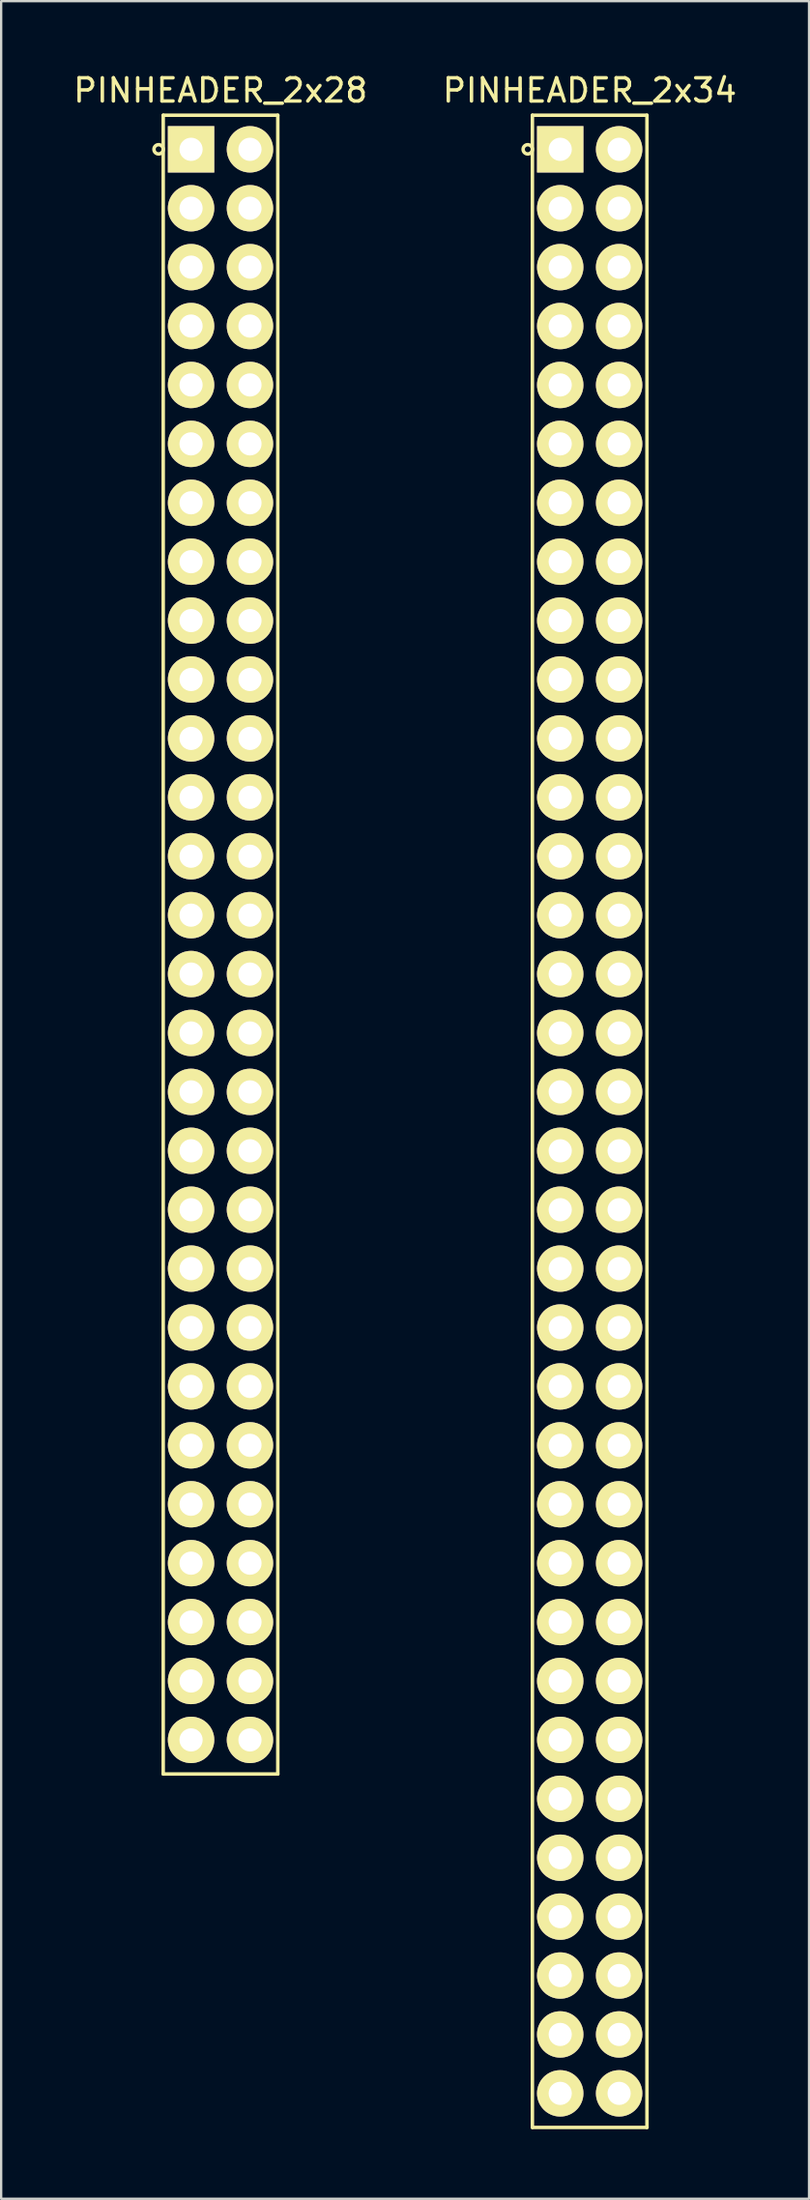
<source format=kicad_pcb>
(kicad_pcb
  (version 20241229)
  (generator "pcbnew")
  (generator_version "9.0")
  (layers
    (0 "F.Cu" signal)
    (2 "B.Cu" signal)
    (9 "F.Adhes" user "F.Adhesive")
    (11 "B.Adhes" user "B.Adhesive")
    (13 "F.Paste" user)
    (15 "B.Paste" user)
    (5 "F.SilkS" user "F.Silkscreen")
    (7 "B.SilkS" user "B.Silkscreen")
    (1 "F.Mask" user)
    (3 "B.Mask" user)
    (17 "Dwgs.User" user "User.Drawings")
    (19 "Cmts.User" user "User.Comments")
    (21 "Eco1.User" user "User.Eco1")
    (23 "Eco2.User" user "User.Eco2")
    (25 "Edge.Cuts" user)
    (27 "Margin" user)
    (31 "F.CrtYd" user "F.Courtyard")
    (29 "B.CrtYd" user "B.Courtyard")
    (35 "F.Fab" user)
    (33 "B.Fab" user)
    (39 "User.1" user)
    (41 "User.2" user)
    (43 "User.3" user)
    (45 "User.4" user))
  (footprint "PINHEADER_2x28"
    (layer "F.Cu")
    (at 5.188 3.388)
    (property "Reference" "PINHEADER_2x28" (at 1.27 -2.54 0) (layer "F.SilkS") (effects (font (size 1 1) (thickness 0.15))))
    (attr through_hole)
    (fp_line (start -1.2 -1.47) (end 3.74 -1.47) (stroke (width 0.15) (type solid)) (layer "F.SilkS"))
    (fp_line (start -1.2 70.05) (end -1.2 -1.47) (stroke (width 0.15) (type solid)) (layer "F.SilkS"))
    (fp_line (start 3.74 -1.47) (end 3.74 70.05) (stroke (width 0.15) (type solid)) (layer "F.SilkS"))
    (fp_line (start 3.74 70.05) (end -1.2 70.05) (stroke (width 0.15) (type solid)) (layer "F.SilkS"))
    (fp_circle (center -1.4 0) (end -1.4 0.2) (stroke (width 0.15) (type solid)) (fill no) (layer "F.SilkS"))
    (pad "1" thru_hole rect (at 0 0) (size 2 2) (drill 1) (layers "*.Cu" "*.Mask" "F.SilkS"))
    (pad "2" thru_hole circle (at 0 2.54) (size 2 2) (drill 1) (layers "*.Cu" "*.Mask" "F.SilkS"))
    (pad "3" thru_hole circle (at 0 5.08) (size 2 2) (drill 1) (layers "*.Cu" "*.Mask" "F.SilkS"))
    (pad "4" thru_hole circle (at 0 7.62) (size 2 2) (drill 1) (layers "*.Cu" "*.Mask" "F.SilkS"))
    (pad "5" thru_hole circle (at 0 10.16) (size 2 2) (drill 1) (layers "*.Cu" "*.Mask" "F.SilkS"))
    (pad "6" thru_hole circle (at 0 12.7) (size 2 2) (drill 1) (layers "*.Cu" "*.Mask" "F.SilkS"))
    (pad "7" thru_hole circle (at 0 15.24) (size 2 2) (drill 1) (layers "*.Cu" "*.Mask" "F.SilkS"))
    (pad "8" thru_hole circle (at 0 17.78) (size 2 2) (drill 1) (layers "*.Cu" "*.Mask" "F.SilkS"))
    (pad "9" thru_hole circle (at 0 20.32) (size 2 2) (drill 1) (layers "*.Cu" "*.Mask" "F.SilkS"))
    (pad "10" thru_hole circle (at 0 22.86) (size 2 2) (drill 1) (layers "*.Cu" "*.Mask" "F.SilkS"))
    (pad "11" thru_hole circle (at 0 25.4) (size 2 2) (drill 1) (layers "*.Cu" "*.Mask" "F.SilkS"))
    (pad "12" thru_hole circle (at 0 27.94) (size 2 2) (drill 1) (layers "*.Cu" "*.Mask" "F.SilkS"))
    (pad "13" thru_hole circle (at 0 30.48) (size 2 2) (drill 1) (layers "*.Cu" "*.Mask" "F.SilkS"))
    (pad "14" thru_hole circle (at 0 33.02) (size 2 2) (drill 1) (layers "*.Cu" "*.Mask" "F.SilkS"))
    (pad "15" thru_hole circle (at 0 35.56) (size 2 2) (drill 1) (layers "*.Cu" "*.Mask" "F.SilkS"))
    (pad "16" thru_hole circle (at 0 38.1) (size 2 2) (drill 1) (layers "*.Cu" "*.Mask" "F.SilkS"))
    (pad "17" thru_hole circle (at 0 40.64) (size 2 2) (drill 1) (layers "*.Cu" "*.Mask" "F.SilkS"))
    (pad "18" thru_hole circle (at 0 43.18) (size 2 2) (drill 1) (layers "*.Cu" "*.Mask" "F.SilkS"))
    (pad "19" thru_hole circle (at 0 45.72) (size 2 2) (drill 1) (layers "*.Cu" "*.Mask" "F.SilkS"))
    (pad "20" thru_hole circle (at 0 48.26) (size 2 2) (drill 1) (layers "*.Cu" "*.Mask" "F.SilkS"))
    (pad "21" thru_hole circle (at 0 50.8) (size 2 2) (drill 1) (layers "*.Cu" "*.Mask" "F.SilkS"))
    (pad "22" thru_hole circle (at 0 53.34) (size 2 2) (drill 1) (layers "*.Cu" "*.Mask" "F.SilkS"))
    (pad "23" thru_hole circle (at 0 55.88) (size 2 2) (drill 1) (layers "*.Cu" "*.Mask" "F.SilkS"))
    (pad "24" thru_hole circle (at 0 58.42) (size 2 2) (drill 1) (layers "*.Cu" "*.Mask" "F.SilkS"))
    (pad "25" thru_hole circle (at 0 60.96) (size 2 2) (drill 1) (layers "*.Cu" "*.Mask" "F.SilkS"))
    (pad "26" thru_hole circle (at 0 63.5) (size 2 2) (drill 1) (layers "*.Cu" "*.Mask" "F.SilkS"))
    (pad "27" thru_hole circle (at 0 66.04) (size 2 2) (drill 1) (layers "*.Cu" "*.Mask" "F.SilkS"))
    (pad "28" thru_hole circle (at 0 68.58) (size 2 2) (drill 1) (layers "*.Cu" "*.Mask" "F.SilkS"))
    (pad "29" thru_hole circle (at 2.54 68.58) (size 2 2) (drill 1) (layers "*.Cu" "*.Mask" "F.SilkS"))
    (pad "30" thru_hole circle (at 2.54 66.04) (size 2 2) (drill 1) (layers "*.Cu" "*.Mask" "F.SilkS"))
    (pad "31" thru_hole circle (at 2.54 63.5) (size 2 2) (drill 1) (layers "*.Cu" "*.Mask" "F.SilkS"))
    (pad "32" thru_hole circle (at 2.54 60.96) (size 2 2) (drill 1) (layers "*.Cu" "*.Mask" "F.SilkS"))
    (pad "33" thru_hole circle (at 2.54 58.42) (size 2 2) (drill 1) (layers "*.Cu" "*.Mask" "F.SilkS"))
    (pad "34" thru_hole circle (at 2.54 55.88) (size 2 2) (drill 1) (layers "*.Cu" "*.Mask" "F.SilkS"))
    (pad "35" thru_hole circle (at 2.54 53.34) (size 2 2) (drill 1) (layers "*.Cu" "*.Mask" "F.SilkS"))
    (pad "36" thru_hole circle (at 2.54 50.8) (size 2 2) (drill 1) (layers "*.Cu" "*.Mask" "F.SilkS"))
    (pad "37" thru_hole circle (at 2.54 48.26) (size 2 2) (drill 1) (layers "*.Cu" "*.Mask" "F.SilkS"))
    (pad "38" thru_hole circle (at 2.54 45.72) (size 2 2) (drill 1) (layers "*.Cu" "*.Mask" "F.SilkS"))
    (pad "39" thru_hole circle (at 2.54 43.18) (size 2 2) (drill 1) (layers "*.Cu" "*.Mask" "F.SilkS"))
    (pad "40" thru_hole circle (at 2.54 40.64) (size 2 2) (drill 1) (layers "*.Cu" "*.Mask" "F.SilkS"))
    (pad "41" thru_hole circle (at 2.54 38.1) (size 2 2) (drill 1) (layers "*.Cu" "*.Mask" "F.SilkS"))
    (pad "42" thru_hole circle (at 2.54 35.56) (size 2 2) (drill 1) (layers "*.Cu" "*.Mask" "F.SilkS"))
    (pad "43" thru_hole circle (at 2.54 33.02) (size 2 2) (drill 1) (layers "*.Cu" "*.Mask" "F.SilkS"))
    (pad "44" thru_hole circle (at 2.54 30.48) (size 2 2) (drill 1) (layers "*.Cu" "*.Mask" "F.SilkS"))
    (pad "45" thru_hole circle (at 2.54 27.94) (size 2 2) (drill 1) (layers "*.Cu" "*.Mask" "F.SilkS"))
    (pad "46" thru_hole circle (at 2.54 25.4) (size 2 2) (drill 1) (layers "*.Cu" "*.Mask" "F.SilkS"))
    (pad "47" thru_hole circle (at 2.54 22.86) (size 2 2) (drill 1) (layers "*.Cu" "*.Mask" "F.SilkS"))
    (pad "48" thru_hole circle (at 2.54 20.32) (size 2 2) (drill 1) (layers "*.Cu" "*.Mask" "F.SilkS"))
    (pad "49" thru_hole circle (at 2.54 17.78) (size 2 2) (drill 1) (layers "*.Cu" "*.Mask" "F.SilkS"))
    (pad "50" thru_hole circle (at 2.54 15.24) (size 2 2) (drill 1) (layers "*.Cu" "*.Mask" "F.SilkS"))
    (pad "51" thru_hole circle (at 2.54 12.7) (size 2 2) (drill 1) (layers "*.Cu" "*.Mask" "F.SilkS"))
    (pad "52" thru_hole circle (at 2.54 10.16) (size 2 2) (drill 1) (layers "*.Cu" "*.Mask" "F.SilkS"))
    (pad "53" thru_hole circle (at 2.54 7.62) (size 2 2) (drill 1) (layers "*.Cu" "*.Mask" "F.SilkS"))
    (pad "54" thru_hole circle (at 2.54 5.08) (size 2 2) (drill 1) (layers "*.Cu" "*.Mask" "F.SilkS"))
    (pad "55" thru_hole circle (at 2.54 2.54) (size 2 2) (drill 1) (layers "*.Cu" "*.Mask" "F.SilkS"))
    (pad "56" thru_hole circle (at 2.54 0) (size 2 2) (drill 1) (layers "*.Cu" "*.Mask" "F.SilkS")))
  (footprint "PINHEADER_2x34"
    (layer "F.Cu")
    (at 21.105 3.388)
    (property "Reference" "PINHEADER_2x34" (at 1.27 -2.54 0) (layer "F.SilkS") (effects (font (size 1 1) (thickness 0.15))))
    (attr through_hole)
    (fp_line (start -1.2 -1.47) (end 3.74 -1.47) (stroke (width 0.15) (type solid)) (layer "F.SilkS"))
    (fp_line (start -1.2 85.29) (end -1.2 -1.47) (stroke (width 0.15) (type solid)) (layer "F.SilkS"))
    (fp_line (start 3.74 -1.47) (end 3.74 85.29) (stroke (width 0.15) (type solid)) (layer "F.SilkS"))
    (fp_line (start 3.74 85.29) (end -1.2 85.29) (stroke (width 0.15) (type solid)) (layer "F.SilkS"))
    (fp_circle (center -1.4 0) (end -1.4 0.2) (stroke (width 0.15) (type solid)) (fill no) (layer "F.SilkS"))
    (pad "1" thru_hole rect (at 0 0) (size 2 2) (drill 1) (layers "*.Cu" "*.Mask" "F.SilkS"))
    (pad "2" thru_hole circle (at 0 2.54) (size 2 2) (drill 1) (layers "*.Cu" "*.Mask" "F.SilkS"))
    (pad "3" thru_hole circle (at 0 5.08) (size 2 2) (drill 1) (layers "*.Cu" "*.Mask" "F.SilkS"))
    (pad "4" thru_hole circle (at 0 7.62) (size 2 2) (drill 1) (layers "*.Cu" "*.Mask" "F.SilkS"))
    (pad "5" thru_hole circle (at 0 10.16) (size 2 2) (drill 1) (layers "*.Cu" "*.Mask" "F.SilkS"))
    (pad "6" thru_hole circle (at 0 12.7) (size 2 2) (drill 1) (layers "*.Cu" "*.Mask" "F.SilkS"))
    (pad "7" thru_hole circle (at 0 15.24) (size 2 2) (drill 1) (layers "*.Cu" "*.Mask" "F.SilkS"))
    (pad "8" thru_hole circle (at 0 17.78) (size 2 2) (drill 1) (layers "*.Cu" "*.Mask" "F.SilkS"))
    (pad "9" thru_hole circle (at 0 20.32) (size 2 2) (drill 1) (layers "*.Cu" "*.Mask" "F.SilkS"))
    (pad "10" thru_hole circle (at 0 22.86) (size 2 2) (drill 1) (layers "*.Cu" "*.Mask" "F.SilkS"))
    (pad "11" thru_hole circle (at 0 25.4) (size 2 2) (drill 1) (layers "*.Cu" "*.Mask" "F.SilkS"))
    (pad "12" thru_hole circle (at 0 27.94) (size 2 2) (drill 1) (layers "*.Cu" "*.Mask" "F.SilkS"))
    (pad "13" thru_hole circle (at 0 30.48) (size 2 2) (drill 1) (layers "*.Cu" "*.Mask" "F.SilkS"))
    (pad "14" thru_hole circle (at 0 33.02) (size 2 2) (drill 1) (layers "*.Cu" "*.Mask" "F.SilkS"))
    (pad "15" thru_hole circle (at 0 35.56) (size 2 2) (drill 1) (layers "*.Cu" "*.Mask" "F.SilkS"))
    (pad "16" thru_hole circle (at 0 38.1) (size 2 2) (drill 1) (layers "*.Cu" "*.Mask" "F.SilkS"))
    (pad "17" thru_hole circle (at 0 40.64) (size 2 2) (drill 1) (layers "*.Cu" "*.Mask" "F.SilkS"))
    (pad "18" thru_hole circle (at 0 43.18) (size 2 2) (drill 1) (layers "*.Cu" "*.Mask" "F.SilkS"))
    (pad "19" thru_hole circle (at 0 45.72) (size 2 2) (drill 1) (layers "*.Cu" "*.Mask" "F.SilkS"))
    (pad "20" thru_hole circle (at 0 48.26) (size 2 2) (drill 1) (layers "*.Cu" "*.Mask" "F.SilkS"))
    (pad "21" thru_hole circle (at 0 50.8) (size 2 2) (drill 1) (layers "*.Cu" "*.Mask" "F.SilkS"))
    (pad "22" thru_hole circle (at 0 53.34) (size 2 2) (drill 1) (layers "*.Cu" "*.Mask" "F.SilkS"))
    (pad "23" thru_hole circle (at 0 55.88) (size 2 2) (drill 1) (layers "*.Cu" "*.Mask" "F.SilkS"))
    (pad "24" thru_hole circle (at 0 58.42) (size 2 2) (drill 1) (layers "*.Cu" "*.Mask" "F.SilkS"))
    (pad "25" thru_hole circle (at 0 60.96) (size 2 2) (drill 1) (layers "*.Cu" "*.Mask" "F.SilkS"))
    (pad "26" thru_hole circle (at 0 63.5) (size 2 2) (drill 1) (layers "*.Cu" "*.Mask" "F.SilkS"))
    (pad "27" thru_hole circle (at 0 66.04) (size 2 2) (drill 1) (layers "*.Cu" "*.Mask" "F.SilkS"))
    (pad "28" thru_hole circle (at 0 68.58) (size 2 2) (drill 1) (layers "*.Cu" "*.Mask" "F.SilkS"))
    (pad "29" thru_hole circle (at 0 71.12) (size 2 2) (drill 1) (layers "*.Cu" "*.Mask" "F.SilkS"))
    (pad "30" thru_hole circle (at 0 73.66) (size 2 2) (drill 1) (layers "*.Cu" "*.Mask" "F.SilkS"))
    (pad "31" thru_hole circle (at 0 76.2) (size 2 2) (drill 1) (layers "*.Cu" "*.Mask" "F.SilkS"))
    (pad "32" thru_hole circle (at 0 78.74) (size 2 2) (drill 1) (layers "*.Cu" "*.Mask" "F.SilkS"))
    (pad "33" thru_hole circle (at 0 81.28) (size 2 2) (drill 1) (layers "*.Cu" "*.Mask" "F.SilkS"))
    (pad "34" thru_hole circle (at 0 83.82) (size 2 2) (drill 1) (layers "*.Cu" "*.Mask" "F.SilkS"))
    (pad "35" thru_hole circle (at 2.54 83.82) (size 2 2) (drill 1) (layers "*.Cu" "*.Mask" "F.SilkS"))
    (pad "36" thru_hole circle (at 2.54 81.28) (size 2 2) (drill 1) (layers "*.Cu" "*.Mask" "F.SilkS"))
    (pad "37" thru_hole circle (at 2.54 78.74) (size 2 2) (drill 1) (layers "*.Cu" "*.Mask" "F.SilkS"))
    (pad "38" thru_hole circle (at 2.54 76.2) (size 2 2) (drill 1) (layers "*.Cu" "*.Mask" "F.SilkS"))
    (pad "39" thru_hole circle (at 2.54 73.66) (size 2 2) (drill 1) (layers "*.Cu" "*.Mask" "F.SilkS"))
    (pad "40" thru_hole circle (at 2.54 71.12) (size 2 2) (drill 1) (layers "*.Cu" "*.Mask" "F.SilkS"))
    (pad "41" thru_hole circle (at 2.54 68.58) (size 2 2) (drill 1) (layers "*.Cu" "*.Mask" "F.SilkS"))
    (pad "42" thru_hole circle (at 2.54 66.04) (size 2 2) (drill 1) (layers "*.Cu" "*.Mask" "F.SilkS"))
    (pad "43" thru_hole circle (at 2.54 63.5) (size 2 2) (drill 1) (layers "*.Cu" "*.Mask" "F.SilkS"))
    (pad "44" thru_hole circle (at 2.54 60.96) (size 2 2) (drill 1) (layers "*.Cu" "*.Mask" "F.SilkS"))
    (pad "45" thru_hole circle (at 2.54 58.42) (size 2 2) (drill 1) (layers "*.Cu" "*.Mask" "F.SilkS"))
    (pad "46" thru_hole circle (at 2.54 55.88) (size 2 2) (drill 1) (layers "*.Cu" "*.Mask" "F.SilkS"))
    (pad "47" thru_hole circle (at 2.54 53.34) (size 2 2) (drill 1) (layers "*.Cu" "*.Mask" "F.SilkS"))
    (pad "48" thru_hole circle (at 2.54 50.8) (size 2 2) (drill 1) (layers "*.Cu" "*.Mask" "F.SilkS"))
    (pad "49" thru_hole circle (at 2.54 48.26) (size 2 2) (drill 1) (layers "*.Cu" "*.Mask" "F.SilkS"))
    (pad "50" thru_hole circle (at 2.54 45.72) (size 2 2) (drill 1) (layers "*.Cu" "*.Mask" "F.SilkS"))
    (pad "51" thru_hole circle (at 2.54 43.18) (size 2 2) (drill 1) (layers "*.Cu" "*.Mask" "F.SilkS"))
    (pad "52" thru_hole circle (at 2.54 40.64) (size 2 2) (drill 1) (layers "*.Cu" "*.Mask" "F.SilkS"))
    (pad "53" thru_hole circle (at 2.54 38.1) (size 2 2) (drill 1) (layers "*.Cu" "*.Mask" "F.SilkS"))
    (pad "54" thru_hole circle (at 2.54 35.56) (size 2 2) (drill 1) (layers "*.Cu" "*.Mask" "F.SilkS"))
    (pad "55" thru_hole circle (at 2.54 33.02) (size 2 2) (drill 1) (layers "*.Cu" "*.Mask" "F.SilkS"))
    (pad "56" thru_hole circle (at 2.54 30.48) (size 2 2) (drill 1) (layers "*.Cu" "*.Mask" "F.SilkS"))
    (pad "57" thru_hole circle (at 2.54 27.94) (size 2 2) (drill 1) (layers "*.Cu" "*.Mask" "F.SilkS"))
    (pad "58" thru_hole circle (at 2.54 25.4) (size 2 2) (drill 1) (layers "*.Cu" "*.Mask" "F.SilkS"))
    (pad "59" thru_hole circle (at 2.54 22.86) (size 2 2) (drill 1) (layers "*.Cu" "*.Mask" "F.SilkS"))
    (pad "60" thru_hole circle (at 2.54 20.32) (size 2 2) (drill 1) (layers "*.Cu" "*.Mask" "F.SilkS"))
    (pad "61" thru_hole circle (at 2.54 17.78) (size 2 2) (drill 1) (layers "*.Cu" "*.Mask" "F.SilkS"))
    (pad "62" thru_hole circle (at 2.54 15.24) (size 2 2) (drill 1) (layers "*.Cu" "*.Mask" "F.SilkS"))
    (pad "63" thru_hole circle (at 2.54 12.7) (size 2 2) (drill 1) (layers "*.Cu" "*.Mask" "F.SilkS"))
    (pad "64" thru_hole circle (at 2.54 10.16) (size 2 2) (drill 1) (layers "*.Cu" "*.Mask" "F.SilkS"))
    (pad "65" thru_hole circle (at 2.54 7.62) (size 2 2) (drill 1) (layers "*.Cu" "*.Mask" "F.SilkS"))
    (pad "66" thru_hole circle (at 2.54 5.08) (size 2 2) (drill 1) (layers "*.Cu" "*.Mask" "F.SilkS"))
    (pad "67" thru_hole circle (at 2.54 2.54) (size 2 2) (drill 1) (layers "*.Cu" "*.Mask" "F.SilkS"))
    (pad "68" thru_hole circle (at 2.54 0) (size 2 2) (drill 1) (layers "*.Cu" "*.Mask" "F.SilkS")))
  (gr_rect
    (start -3 -3)
    (end 31.833 91.753)
    (stroke (width 0.1) (type default))
    (fill no)
    (layer "Edge.Cuts")))
</source>
